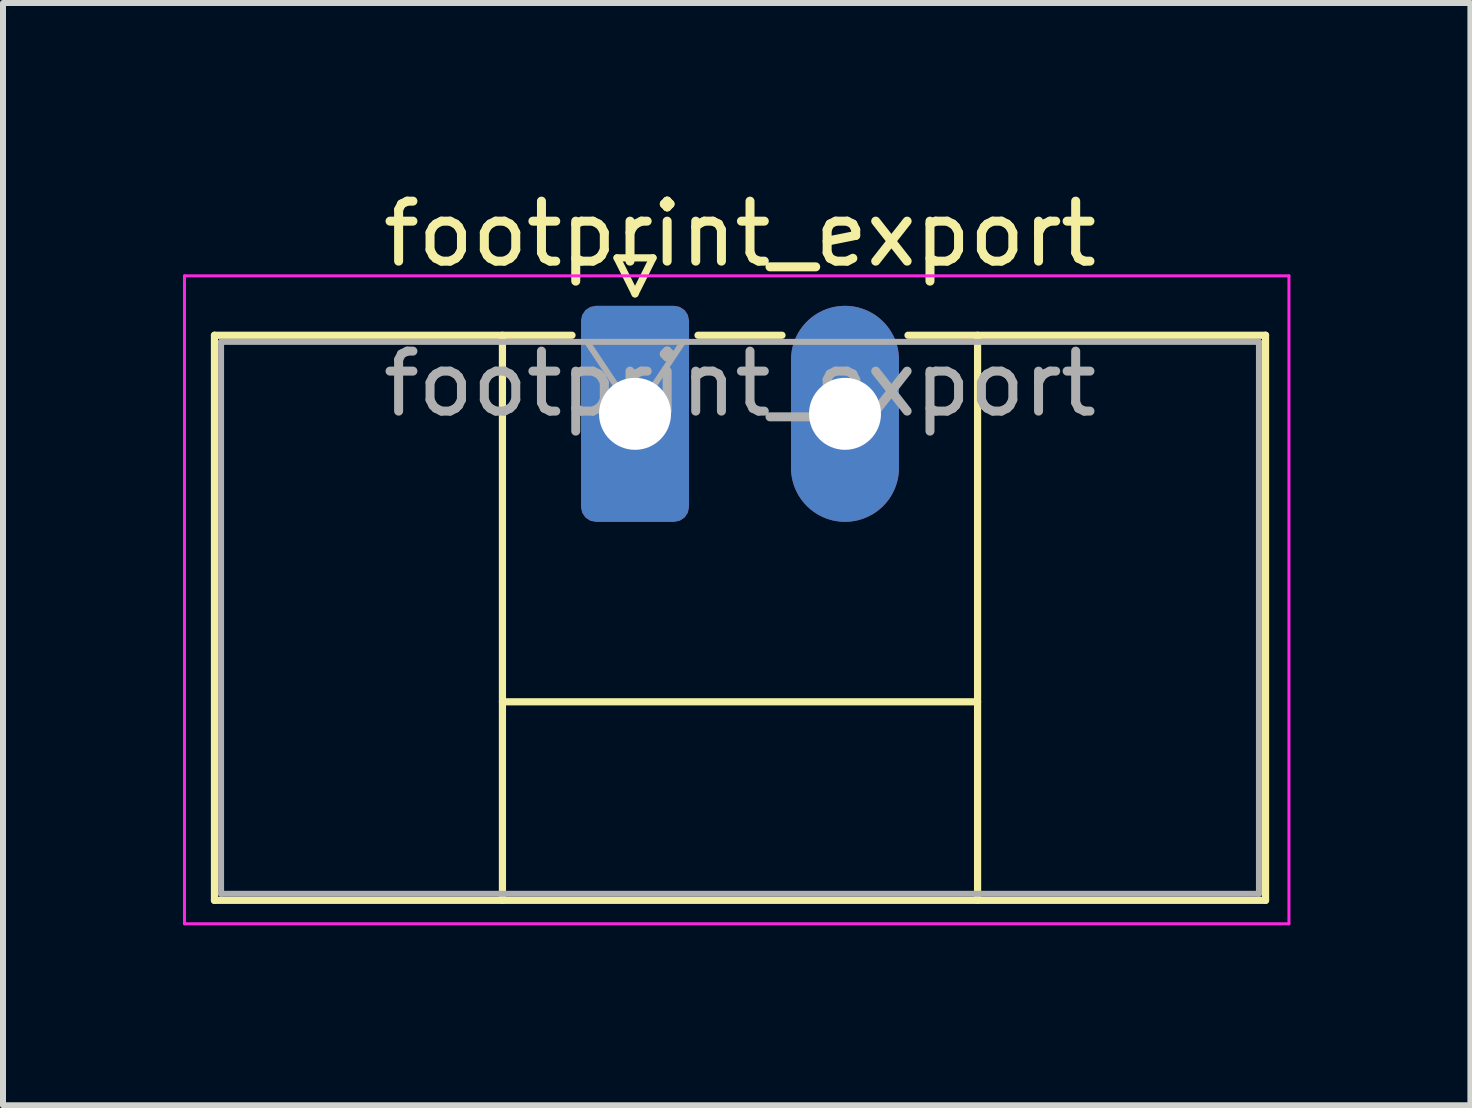
<source format=kicad_pcb>
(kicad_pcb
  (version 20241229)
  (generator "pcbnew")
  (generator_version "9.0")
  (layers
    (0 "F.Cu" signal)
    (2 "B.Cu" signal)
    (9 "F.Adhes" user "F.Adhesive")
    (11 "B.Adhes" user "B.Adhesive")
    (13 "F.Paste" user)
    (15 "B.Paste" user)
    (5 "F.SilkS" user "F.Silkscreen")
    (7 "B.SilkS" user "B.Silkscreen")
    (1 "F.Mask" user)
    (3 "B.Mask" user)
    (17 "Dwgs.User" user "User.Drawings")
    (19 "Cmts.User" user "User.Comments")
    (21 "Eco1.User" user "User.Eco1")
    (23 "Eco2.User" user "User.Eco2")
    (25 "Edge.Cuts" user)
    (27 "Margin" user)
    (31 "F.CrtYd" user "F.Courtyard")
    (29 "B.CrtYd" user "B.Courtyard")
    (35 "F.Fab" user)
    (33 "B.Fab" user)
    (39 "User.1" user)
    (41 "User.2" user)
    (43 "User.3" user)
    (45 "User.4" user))
  (footprint "footprint_export"
    (layer "F.Cu")
    (at 7.535 3.848)
    (property "Reference" "footprint_export" (at 1.75 -3 0) (layer "F.SilkS") (effects (font (size 1 1) (thickness 0.15))))
    (attr through_hole)
    (fp_line (start -7.01 -1.31) (end -7.01 8.11) (stroke (width 0.12) (type solid)) (layer "F.SilkS"))
    (fp_line (start -7.01 -1.31) (end -1.05 -1.31) (stroke (width 0.12) (type solid)) (layer "F.SilkS"))
    (fp_line (start -7.01 8.11) (end 10.51 8.11) (stroke (width 0.12) (type solid)) (layer "F.SilkS"))
    (fp_line (start -2.21 -1.31) (end -2.21 8.11) (stroke (width 0.12) (type solid)) (layer "F.SilkS"))
    (fp_line (start -2.21 4.8) (end 5.71 4.8) (stroke (width 0.12) (type solid)) (layer "F.SilkS"))
    (fp_line (start -0.3 -2.6) (end 0.3 -2.6) (stroke (width 0.12) (type solid)) (layer "F.SilkS"))
    (fp_line (start 0 -2) (end -0.3 -2.6) (stroke (width 0.12) (type solid)) (layer "F.SilkS"))
    (fp_line (start 0.3 -2.6) (end 0 -2) (stroke (width 0.12) (type solid)) (layer "F.SilkS"))
    (fp_line (start 1.05 -1.31) (end 2.45 -1.31) (stroke (width 0.12) (type solid)) (layer "F.SilkS"))
    (fp_line (start 5.71 -1.31) (end 5.71 8.11) (stroke (width 0.12) (type solid)) (layer "F.SilkS"))
    (fp_line (start 10.51 -1.31) (end 4.55 -1.31) (stroke (width 0.12) (type solid)) (layer "F.SilkS"))
    (fp_line (start 10.51 8.11) (end 10.51 -1.31) (stroke (width 0.12) (type solid)) (layer "F.SilkS"))
    (fp_line (start -7.51 -2.3) (end -7.51 8.5) (stroke (width 0.05) (type solid)) (layer "F.CrtYd"))
    (fp_line (start -7.51 8.5) (end 10.9 8.5) (stroke (width 0.05) (type solid)) (layer "F.CrtYd"))
    (fp_line (start 10.9 -2.3) (end -7.51 -2.3) (stroke (width 0.05) (type solid)) (layer "F.CrtYd"))
    (fp_line (start 10.9 8.5) (end 10.9 -2.3) (stroke (width 0.05) (type solid)) (layer "F.CrtYd"))
    (fp_line (start -6.9 -1.2) (end -6.9 8) (stroke (width 0.1) (type solid)) (layer "F.Fab"))
    (fp_line (start -6.9 8) (end 10.4 8) (stroke (width 0.1) (type solid)) (layer "F.Fab"))
    (fp_line (start 0 0) (end -0.8 -1.2) (stroke (width 0.1) (type solid)) (layer "F.Fab"))
    (fp_line (start 0.8 -1.2) (end 0 0) (stroke (width 0.1) (type solid)) (layer "F.Fab"))
    (fp_line (start 10.4 -1.2) (end -6.9 -1.2) (stroke (width 0.1) (type solid)) (layer "F.Fab"))
    (fp_line (start 10.4 8) (end 10.4 -1.2) (stroke (width 0.1) (type solid)) (layer "F.Fab"))
    (fp_text user "${REFERENCE}" (at 1.75 -0.5 0) (layer "F.Fab") (effects (font (size 1 1) (thickness 0.15))))
    (pad "1" thru_hole roundrect (at 0 0) (size 1.8 3.6) (drill 1.2) (layers "*.Cu" "*.Mask") (roundrect_rratio 0.139))
    (pad "2" thru_hole oval (at 3.5 0) (size 1.8 3.6) (drill 1.2) (layers "*.Cu" "*.Mask")))
  (gr_rect
    (start -3 -3)
    (end 21.46 15.373)
    (stroke (width 0.1) (type default))
    (fill no)
    (layer "Edge.Cuts")))
</source>
